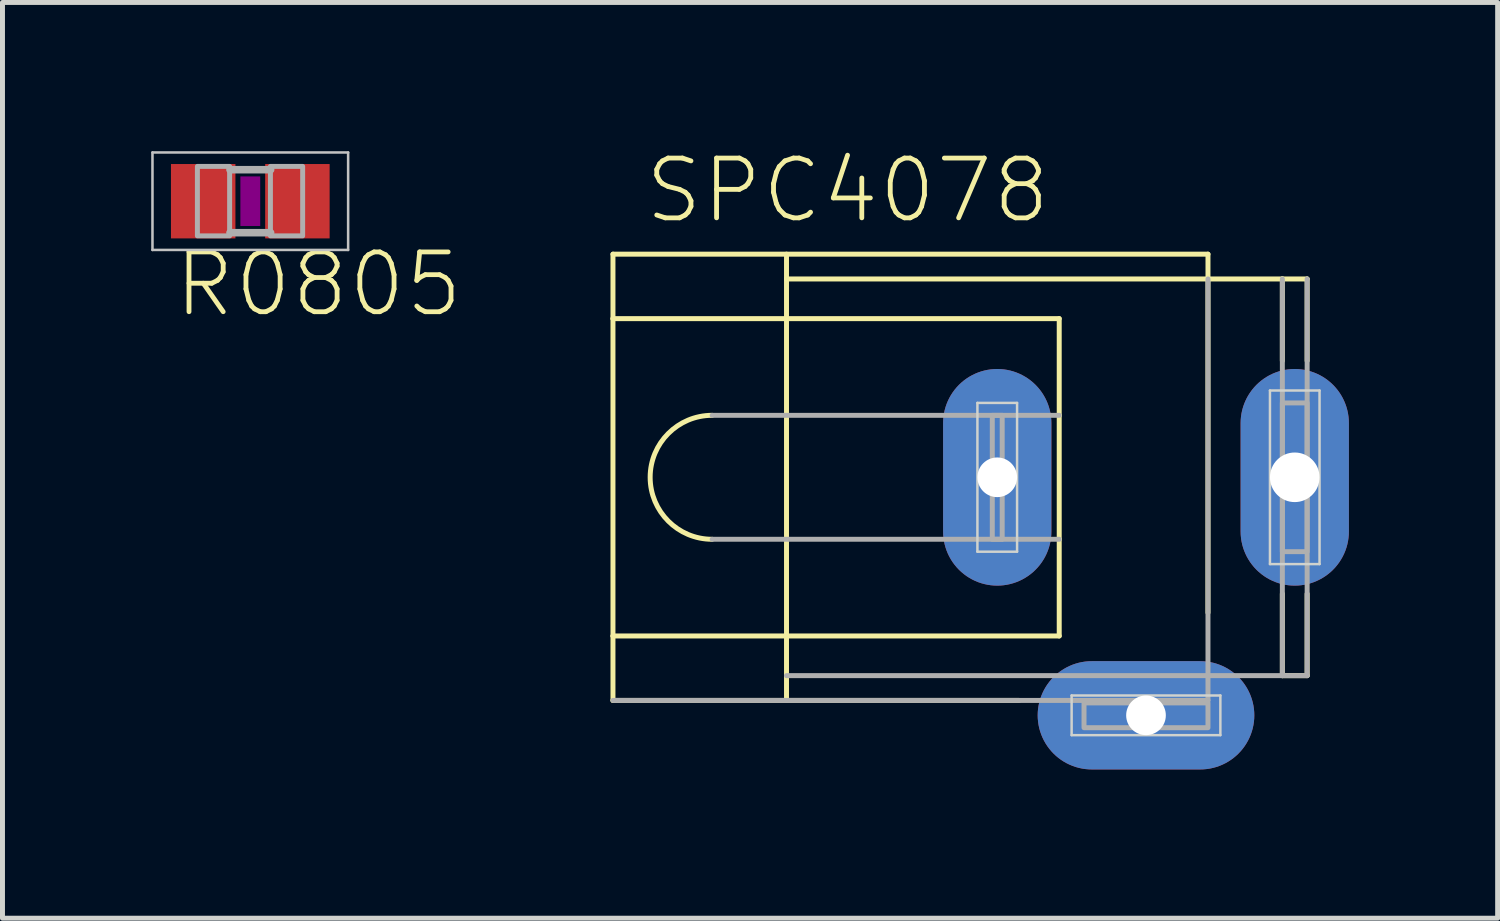
<source format=kicad_pcb>
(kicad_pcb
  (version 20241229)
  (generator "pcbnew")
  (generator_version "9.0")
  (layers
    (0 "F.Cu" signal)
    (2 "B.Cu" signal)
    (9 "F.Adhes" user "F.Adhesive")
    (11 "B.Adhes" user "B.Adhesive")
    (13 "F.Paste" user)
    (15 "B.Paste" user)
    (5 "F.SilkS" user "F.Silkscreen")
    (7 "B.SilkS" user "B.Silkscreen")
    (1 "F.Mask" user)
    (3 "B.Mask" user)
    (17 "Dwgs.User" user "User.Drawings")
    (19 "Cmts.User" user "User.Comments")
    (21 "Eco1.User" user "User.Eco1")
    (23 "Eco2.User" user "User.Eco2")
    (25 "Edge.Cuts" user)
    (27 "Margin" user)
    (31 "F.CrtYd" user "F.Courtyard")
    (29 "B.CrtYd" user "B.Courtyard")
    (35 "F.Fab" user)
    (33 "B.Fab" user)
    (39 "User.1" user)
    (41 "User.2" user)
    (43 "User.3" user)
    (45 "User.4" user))
  (footprint "R0805"
    (layer "F.Cu")
    (at 1.998 1.008)
    (property "Reference" "R0805" (at -1.587 2.381 0) (layer "F.SilkS") (effects (font (size 1.206 1.206) (thickness 0.097)) (justify left bottom)))
    (attr through_hole)
    (fp_poly (pts (xy -0.2 0.5) (xy 0.2 0.5) (xy 0.2 -0.5) (xy -0.2 -0.5)) (stroke (width 0) (type solid)) (fill yes) (layer "F.Adhes"))
    (fp_line (start -1.973 -0.983) (end 1.973 -0.983) (stroke (width 0.051) (type solid)) (layer "Dwgs.User"))
    (fp_line (start -1.973 0.983) (end -1.973 -0.983) (stroke (width 0.051) (type solid)) (layer "Dwgs.User"))
    (fp_line (start 1.973 -0.983) (end 1.973 0.983) (stroke (width 0.051) (type solid)) (layer "Dwgs.User"))
    (fp_line (start 1.973 0.983) (end -1.973 0.983) (stroke (width 0.051) (type solid)) (layer "Dwgs.User"))
    (fp_line (start -0.41 -0.635) (end 0.41 -0.635) (stroke (width 0.152) (type solid)) (layer "F.Fab"))
    (fp_line (start -0.41 0.635) (end 0.41 0.635) (stroke (width 0.152) (type solid)) (layer "F.Fab"))
    (fp_poly (pts (xy -1.067 0.699) (xy -0.417 0.699) (xy -0.417 -0.702) (xy -1.067 -0.702)) (stroke (width 0.1) (type solid)) (fill no) (layer "F.Fab"))
    (fp_poly (pts (xy 0.406 0.699) (xy 1.056 0.699) (xy 1.056 -0.702) (xy 0.406 -0.702)) (stroke (width 0.1) (type solid)) (fill no) (layer "F.Fab"))
    (pad "1" smd rect (at -0.95 0) (size 1.3 1.5) (layers "F.Cu" "F.Mask" "F.Paste"))
    (pad "2" smd rect (at 0.95 0) (size 1.3 1.5) (layers "F.Cu" "F.Mask" "F.Paste")))
  (footprint "SPC4078"
    (layer "F.Cu")
    (at 20.062 6.576)
    (property "Reference" "SPC4078" (at -10.16 -5.08 0) (layer "F.SilkS") (effects (font (size 1.206 1.206) (thickness 0.097)) (justify left bottom)))
    (attr through_hole)
    (fp_line (start -10.75 -4.5) (end 1.25 -4.5) (stroke (width 0.1) (type solid)) (layer "F.SilkS"))
    (fp_line (start -10.75 -3.2) (end -10.75 -4.5) (stroke (width 0.1) (type solid)) (layer "F.SilkS"))
    (fp_line (start -10.75 -3.2) (end -1.75 -3.2) (stroke (width 0.1) (type solid)) (layer "F.SilkS"))
    (fp_line (start -10.75 3.2) (end -10.75 -3.2) (stroke (width 0.1) (type solid)) (layer "F.SilkS"))
    (fp_line (start -10.75 3.2) (end -1.75 3.2) (stroke (width 0.1) (type solid)) (layer "F.SilkS"))
    (fp_line (start -10.75 4.5) (end -10.75 3.2) (stroke (width 0.1) (type solid)) (layer "F.SilkS"))
    (fp_line (start -10.75 4.5) (end -2.56 4.5) (stroke (width 0.1) (type solid)) (layer "F.SilkS"))
    (fp_line (start -7.25 -4) (end -7.25 -4.5) (stroke (width 0.1) (type solid)) (layer "F.SilkS"))
    (fp_line (start -7.25 -4) (end 1.25 -4) (stroke (width 0.1) (type solid)) (layer "F.SilkS"))
    (fp_line (start -7.25 4.5) (end -7.25 -4) (stroke (width 0.1) (type solid)) (layer "F.SilkS"))
    (fp_line (start -1.75 -1.25) (end -1.75 -3.2) (stroke (width 0.1) (type solid)) (layer "F.SilkS"))
    (fp_line (start -1.75 1.25) (end -1.75 -1.25) (stroke (width 0.1) (type solid)) (layer "F.SilkS"))
    (fp_line (start -1.75 3.2) (end -1.75 1.25) (stroke (width 0.1) (type solid)) (layer "F.SilkS"))
    (fp_line (start 1.25 -4) (end 1.25 -4.5) (stroke (width 0.1) (type solid)) (layer "F.SilkS"))
    (fp_line (start 1.25 -4) (end 2.75 -4) (stroke (width 0.1) (type solid)) (layer "F.SilkS"))
    (fp_line (start 1.25 2.73) (end 1.25 -4) (stroke (width 0.1) (type solid)) (layer "F.SilkS"))
    (fp_line (start 2.75 -4) (end 3.25 -4) (stroke (width 0.1) (type solid)) (layer "F.SilkS"))
    (fp_line (start 2.75 -2.35) (end 2.75 -4) (stroke (width 0.1) (type solid)) (layer "F.SilkS"))
    (fp_line (start 2.75 4) (end 2.75 2.35) (stroke (width 0.1) (type solid)) (layer "F.SilkS"))
    (fp_line (start 2.75 4) (end 3.25 4) (stroke (width 0.1) (type solid)) (layer "F.SilkS"))
    (fp_line (start 3.25 -2.35) (end 3.25 -4) (stroke (width 0.1) (type solid)) (layer "F.SilkS"))
    (fp_line (start 3.25 4) (end 3.25 2.35) (stroke (width 0.1) (type solid)) (layer "F.SilkS"))
    (fp_arc (start -8.75 1.25) (mid -10 0) (end -8.75 -1.25) (stroke (width 0.1) (type solid)) (layer "F.SilkS"))
    (fp_line (start -3.4 -1.5) (end -2.6 -1.5) (stroke (width 0.05) (type solid)) (layer "Edge.Cuts"))
    (fp_line (start -3.4 1.5) (end -3.4 -1.5) (stroke (width 0.05) (type solid)) (layer "Edge.Cuts"))
    (fp_line (start -2.6 -1.5) (end -2.6 1.5) (stroke (width 0.05) (type solid)) (layer "Edge.Cuts"))
    (fp_line (start -2.6 1.5) (end -3.4 1.5) (stroke (width 0.05) (type solid)) (layer "Edge.Cuts"))
    (fp_line (start -1.5 4.4) (end 1.5 4.4) (stroke (width 0.05) (type solid)) (layer "Edge.Cuts"))
    (fp_line (start -1.5 5.2) (end -1.5 4.4) (stroke (width 0.05) (type solid)) (layer "Edge.Cuts"))
    (fp_line (start 1.5 4.4) (end 1.5 5.2) (stroke (width 0.05) (type solid)) (layer "Edge.Cuts"))
    (fp_line (start 1.5 5.2) (end -1.5 5.2) (stroke (width 0.05) (type solid)) (layer "Edge.Cuts"))
    (fp_line (start 2.5 -1.75) (end 3.5 -1.75) (stroke (width 0.05) (type solid)) (layer "Edge.Cuts"))
    (fp_line (start 2.5 1.75) (end 2.5 -1.75) (stroke (width 0.05) (type solid)) (layer "Edge.Cuts"))
    (fp_line (start 3.5 -1.75) (end 3.5 1.75) (stroke (width 0.05) (type solid)) (layer "Edge.Cuts"))
    (fp_line (start 3.5 1.75) (end 2.5 1.75) (stroke (width 0.05) (type solid)) (layer "Edge.Cuts"))
    (fp_line (start -10.75 4.5) (end 1.25 4.5) (stroke (width 0.1) (type solid)) (layer "F.Fab"))
    (fp_line (start -8.75 -1.25) (end -1.75 -1.25) (stroke (width 0.1) (type solid)) (layer "F.Fab"))
    (fp_line (start -8.75 1.25) (end -1.75 1.25) (stroke (width 0.1) (type solid)) (layer "F.Fab"))
    (fp_line (start -7.25 4) (end 1.25 4) (stroke (width 0.1) (type solid)) (layer "F.Fab"))
    (fp_line (start 1.25 4) (end 1.25 -4) (stroke (width 0.1) (type solid)) (layer "F.Fab"))
    (fp_line (start 1.25 4) (end 2.75 4) (stroke (width 0.1) (type solid)) (layer "F.Fab"))
    (fp_line (start 1.25 4.5) (end 1.25 4) (stroke (width 0.1) (type solid)) (layer "F.Fab"))
    (fp_line (start 2.75 4) (end 2.75 -4) (stroke (width 0.1) (type solid)) (layer "F.Fab"))
    (fp_line (start 2.75 4) (end 3.25 4) (stroke (width 0.1) (type solid)) (layer "F.Fab"))
    (fp_line (start 3.25 4) (end 3.25 -4) (stroke (width 0.1) (type solid)) (layer "F.Fab"))
    (fp_poly (pts (xy -3.1 1.25) (xy -2.9 1.25) (xy -2.9 -1.25) (xy -3.1 -1.25)) (stroke (width 0.1) (type solid)) (fill no) (layer "F.Fab"))
    (fp_poly (pts (xy -1.25 5.05) (xy 1.25 5.05) (xy 1.25 4.55) (xy -1.25 4.55)) (stroke (width 0.1) (type solid)) (fill no) (layer "F.Fab"))
    (fp_poly (pts (xy 2.75 1.5) (xy 3.25 1.5) (xy 3.25 -1.5) (xy 2.75 -1.5)) (stroke (width 0.1) (type solid)) (fill no) (layer "F.Fab"))
    (pad "1" thru_hole oval (at -3 0 90) (size 4.369 2.184) (drill 0.8) (layers "*.Cu" "*.Mask"))
    (pad "2" thru_hole oval (at 0 4.8) (size 4.369 2.184) (drill 0.8) (layers "*.Cu" "*.Mask"))
    (pad "3" thru_hole oval (at 3 0 90) (size 4.369 2.184) (drill 1) (layers "*.Cu" "*.Mask")))
  (gr_rect
    (start -3 -3)
    (end 27.154 15.468)
    (stroke (width 0.1) (type default))
    (fill no)
    (layer "Edge.Cuts")))
</source>
